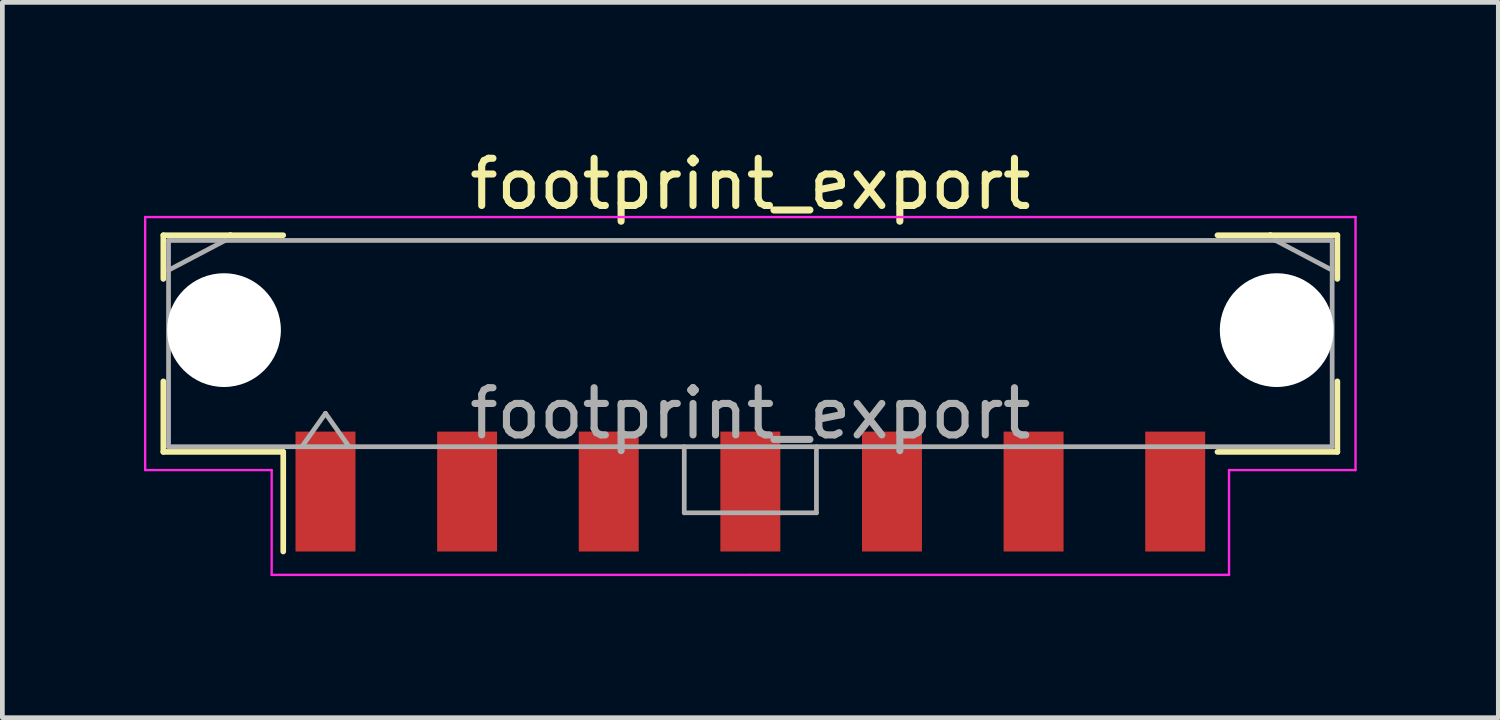
<source format=kicad_pcb>
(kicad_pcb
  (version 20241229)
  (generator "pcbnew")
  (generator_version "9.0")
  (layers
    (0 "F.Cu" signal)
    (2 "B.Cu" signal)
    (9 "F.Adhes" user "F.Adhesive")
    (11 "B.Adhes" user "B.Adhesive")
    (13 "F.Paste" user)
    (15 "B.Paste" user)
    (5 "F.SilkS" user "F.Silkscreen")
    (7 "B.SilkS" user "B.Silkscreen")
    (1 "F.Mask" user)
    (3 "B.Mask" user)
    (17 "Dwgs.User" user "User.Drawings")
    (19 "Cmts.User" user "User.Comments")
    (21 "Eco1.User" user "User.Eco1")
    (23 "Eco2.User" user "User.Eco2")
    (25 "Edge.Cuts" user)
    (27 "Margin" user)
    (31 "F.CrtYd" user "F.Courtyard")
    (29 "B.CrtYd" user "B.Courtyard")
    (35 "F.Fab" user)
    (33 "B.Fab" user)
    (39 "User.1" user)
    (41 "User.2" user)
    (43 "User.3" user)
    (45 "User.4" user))
  (footprint "footprint_export"
    (layer "F.Cu")
    (at 12.845 4.228)
    (property "Reference" "footprint_export" (at 0 -3.38 0) (layer "F.SilkS") (effects (font (size 1 1) (thickness 0.15))))
    (attr smd)
    (fp_line (start -12.435 -2.295) (end -11.015 -2.295) (stroke (width 0.12) (type solid)) (layer "F.SilkS"))
    (fp_line (start -12.435 -1.37) (end -12.435 -2.295) (stroke (width 0.12) (type solid)) (layer "F.SilkS"))
    (fp_line (start -12.435 0.8) (end -12.435 2.295) (stroke (width 0.12) (type solid)) (layer "F.SilkS"))
    (fp_line (start -12.435 2.295) (end -9.895 2.295) (stroke (width 0.12) (type solid)) (layer "F.SilkS"))
    (fp_line (start -11.015 -2.295) (end -11.015 -2.295) (stroke (width 0.12) (type solid)) (layer "F.SilkS"))
    (fp_line (start -11.015 -2.295) (end -9.895 -2.295) (stroke (width 0.12) (type solid)) (layer "F.SilkS"))
    (fp_line (start -9.895 2.295) (end -9.895 4.405) (stroke (width 0.12) (type solid)) (layer "F.SilkS"))
    (fp_line (start 11.015 -2.295) (end 9.895 -2.295) (stroke (width 0.12) (type solid)) (layer "F.SilkS"))
    (fp_line (start 11.015 -2.295) (end 11.015 -2.295) (stroke (width 0.12) (type solid)) (layer "F.SilkS"))
    (fp_line (start 12.435 -2.295) (end 11.015 -2.295) (stroke (width 0.12) (type solid)) (layer "F.SilkS"))
    (fp_line (start 12.435 -1.37) (end 12.435 -2.295) (stroke (width 0.12) (type solid)) (layer "F.SilkS"))
    (fp_line (start 12.435 0.8) (end 12.435 2.295) (stroke (width 0.12) (type solid)) (layer "F.SilkS"))
    (fp_line (start 12.435 2.295) (end 9.895 2.295) (stroke (width 0.12) (type solid)) (layer "F.SilkS"))
    (fp_line (start -12.82 -2.68) (end -12.82 2.68) (stroke (width 0.05) (type solid)) (layer "F.CrtYd"))
    (fp_line (start -12.82 2.68) (end -10.14 2.68) (stroke (width 0.05) (type solid)) (layer "F.CrtYd"))
    (fp_line (start -10.14 -2.68) (end -12.82 -2.68) (stroke (width 0.05) (type solid)) (layer "F.CrtYd"))
    (fp_line (start -10.14 2.68) (end -10.14 4.9) (stroke (width 0.05) (type solid)) (layer "F.CrtYd"))
    (fp_line (start -10.14 4.9) (end 0 4.9) (stroke (width 0.05) (type solid)) (layer "F.CrtYd"))
    (fp_line (start 0 -2.68) (end -10.14 -2.68) (stroke (width 0.05) (type solid)) (layer "F.CrtYd"))
    (fp_line (start 0 -2.68) (end 10.14 -2.68) (stroke (width 0.05) (type solid)) (layer "F.CrtYd"))
    (fp_line (start 10.14 -2.68) (end 12.82 -2.68) (stroke (width 0.05) (type solid)) (layer "F.CrtYd"))
    (fp_line (start 10.14 2.68) (end 10.14 4.9) (stroke (width 0.05) (type solid)) (layer "F.CrtYd"))
    (fp_line (start 10.14 4.9) (end 0 4.9) (stroke (width 0.05) (type solid)) (layer "F.CrtYd"))
    (fp_line (start 12.82 -2.68) (end 12.82 2.68) (stroke (width 0.05) (type solid)) (layer "F.CrtYd"))
    (fp_line (start 12.82 2.68) (end 10.14 2.68) (stroke (width 0.05) (type solid)) (layer "F.CrtYd"))
    (fp_line (start -12.325 -2.185) (end -12.325 2.185) (stroke (width 0.1) (type solid)) (layer "F.Fab"))
    (fp_line (start -12.325 -1.555) (end -11.125 -2.185) (stroke (width 0.1) (type solid)) (layer "F.Fab"))
    (fp_line (start -12.325 2.185) (end 12.325 2.185) (stroke (width 0.1) (type solid)) (layer "F.Fab"))
    (fp_line (start -11.125 -2.185) (end -12.325 -2.185) (stroke (width 0.1) (type solid)) (layer "F.Fab"))
    (fp_line (start -11.125 -2.185) (end -11.125 -2.185) (stroke (width 0.1) (type solid)) (layer "F.Fab"))
    (fp_line (start -9.5 2.185) (end -9 1.478) (stroke (width 0.1) (type solid)) (layer "F.Fab"))
    (fp_line (start -9 1.478) (end -8.5 2.185) (stroke (width 0.1) (type solid)) (layer "F.Fab"))
    (fp_line (start -1.4 2.185) (end -1.4 3.585) (stroke (width 0.1) (type solid)) (layer "F.Fab"))
    (fp_line (start -1.4 3.585) (end 1.4 3.585) (stroke (width 0.1) (type solid)) (layer "F.Fab"))
    (fp_line (start 1.4 3.585) (end 1.4 2.185) (stroke (width 0.1) (type solid)) (layer "F.Fab"))
    (fp_line (start 11.125 -2.185) (end -11.125 -2.185) (stroke (width 0.1) (type solid)) (layer "F.Fab"))
    (fp_line (start 11.125 -2.185) (end 11.125 -2.185) (stroke (width 0.1) (type solid)) (layer "F.Fab"))
    (fp_line (start 12.325 -2.185) (end 11.125 -2.185) (stroke (width 0.1) (type solid)) (layer "F.Fab"))
    (fp_line (start 12.325 -1.555) (end 11.125 -2.185) (stroke (width 0.1) (type solid)) (layer "F.Fab"))
    (fp_line (start 12.325 2.185) (end 12.325 -2.185) (stroke (width 0.1) (type solid)) (layer "F.Fab"))
    (fp_text user "${REFERENCE}" (at 0 1.48 0) (layer "F.Fab") (effects (font (size 1 1) (thickness 0.15))))
    (pad "" np_thru_hole circle (at -11.15 -0.285) (size 2.41 2.41) (drill 2.41) (layers "*.Cu" "*.Mask"))
    (pad "" np_thru_hole circle (at 11.15 -0.285) (size 2.41 2.41) (drill 2.41) (layers "*.Cu" "*.Mask"))
    (pad "1" smd rect (at -9 3.135) (size 1.27 2.54) (layers "F.Cu" "F.Mask" "F.Paste"))
    (pad "2" smd rect (at -6 3.135) (size 1.27 2.54) (layers "F.Cu" "F.Mask" "F.Paste"))
    (pad "3" smd rect (at -3 3.135) (size 1.27 2.54) (layers "F.Cu" "F.Mask" "F.Paste"))
    (pad "4" smd rect (at 0 3.135) (size 1.27 2.54) (layers "F.Cu" "F.Mask" "F.Paste"))
    (pad "5" smd rect (at 3 3.135) (size 1.27 2.54) (layers "F.Cu" "F.Mask" "F.Paste"))
    (pad "6" smd rect (at 6 3.135) (size 1.27 2.54) (layers "F.Cu" "F.Mask" "F.Paste"))
    (pad "7" smd rect (at 9 3.135) (size 1.27 2.54) (layers "F.Cu" "F.Mask" "F.Paste")))
  (gr_rect
    (start -3 -3)
    (end 28.69 12.153)
    (stroke (width 0.1) (type default))
    (fill no)
    (layer "Edge.Cuts")))
</source>
